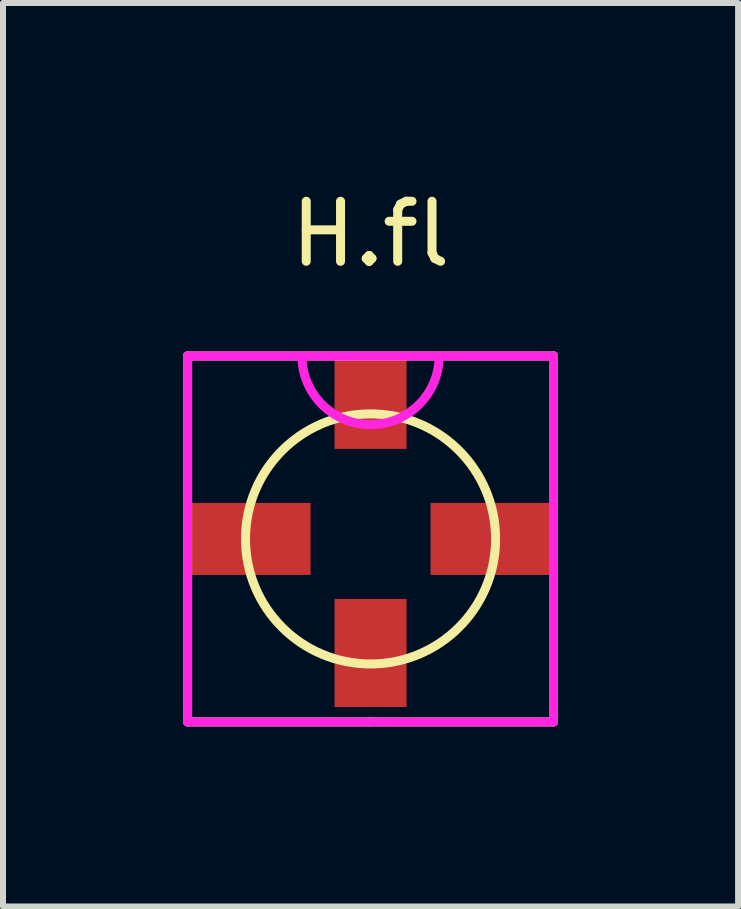
<source format=kicad_pcb>
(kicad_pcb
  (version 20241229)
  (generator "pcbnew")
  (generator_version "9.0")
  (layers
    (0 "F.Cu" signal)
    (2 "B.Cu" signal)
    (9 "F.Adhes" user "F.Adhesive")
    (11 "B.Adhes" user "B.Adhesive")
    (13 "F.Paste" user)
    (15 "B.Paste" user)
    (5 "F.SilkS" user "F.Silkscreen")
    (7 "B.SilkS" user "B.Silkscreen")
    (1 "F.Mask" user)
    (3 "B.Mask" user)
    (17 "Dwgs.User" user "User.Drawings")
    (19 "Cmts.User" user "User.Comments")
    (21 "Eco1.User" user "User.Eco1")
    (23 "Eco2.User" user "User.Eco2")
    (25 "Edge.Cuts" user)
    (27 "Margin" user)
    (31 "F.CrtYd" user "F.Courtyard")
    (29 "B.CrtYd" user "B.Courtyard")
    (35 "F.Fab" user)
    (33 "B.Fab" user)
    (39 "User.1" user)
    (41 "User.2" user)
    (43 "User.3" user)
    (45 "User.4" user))
  (footprint "H.fl"
    (layer "F.Cu")
    (at 3.123 5.928)
    (property "Reference" "H.fl" (at 0 -5.08 0) (layer "F.SilkS") (effects (font (size 1 1) (thickness 0.15))))
    (attr through_hole)
    (fp_line (start -3.048 -3.048) (end -3.048 3.048) (stroke (width 0.15) (type solid)) (layer "F.SilkS"))
    (fp_line (start -3.048 3.048) (end 0 3.048) (stroke (width 0.15) (type solid)) (layer "F.SilkS"))
    (fp_line (start 0 3.048) (end 3.048 3.048) (stroke (width 0.15) (type solid)) (layer "F.SilkS"))
    (fp_line (start 3.048 -3.048) (end -3.048 -3.048) (stroke (width 0.15) (type solid)) (layer "F.SilkS"))
    (fp_line (start 3.048 3.048) (end 3.048 -3.048) (stroke (width 0.15) (type solid)) (layer "F.SilkS"))
    (fp_circle (center 0 0) (end -1.27 -1.651) (stroke (width 0.15) (type solid)) (fill no) (layer "F.SilkS"))
    (fp_line (start -3.048 -3.048) (end 3.048 -3.048) (stroke (width 0.15) (type solid)) (layer "F.CrtYd"))
    (fp_line (start -3.048 3.048) (end -3.048 -3.048) (stroke (width 0.15) (type solid)) (layer "F.CrtYd"))
    (fp_line (start 3.048 -3.048) (end 3.048 3.048) (stroke (width 0.15) (type solid)) (layer "F.CrtYd"))
    (fp_line (start 3.048 3.048) (end -3.048 3.048) (stroke (width 0.15) (type solid)) (layer "F.CrtYd"))
    (fp_arc (start 1.143 -3.048) (mid 0 -1.905) (end -1.143 -3.048) (stroke (width 0.15) (type solid)) (layer "F.CrtYd"))
    (pad "1" smd rect (at 0 -2.25) (size 1.2 1.5) (layers "F.Cu" "F.Mask" "F.Paste"))
    (pad "2" smd rect (at -2.05 0) (size 2.1 1.2) (layers "F.Cu" "F.Mask" "F.Paste"))
    (pad "2" smd rect (at 0 1.9 90) (size 1.8 1.2) (layers "F.Cu" "F.Mask" "F.Paste"))
    (pad "2" smd rect (at 2.05 0) (size 2.1 1.2) (layers "F.Cu" "F.Mask" "F.Paste")))
  (gr_rect
    (start -3 -3)
    (end 9.246 12.051)
    (stroke (width 0.1) (type default))
    (fill no)
    (layer "Edge.Cuts")))
</source>
